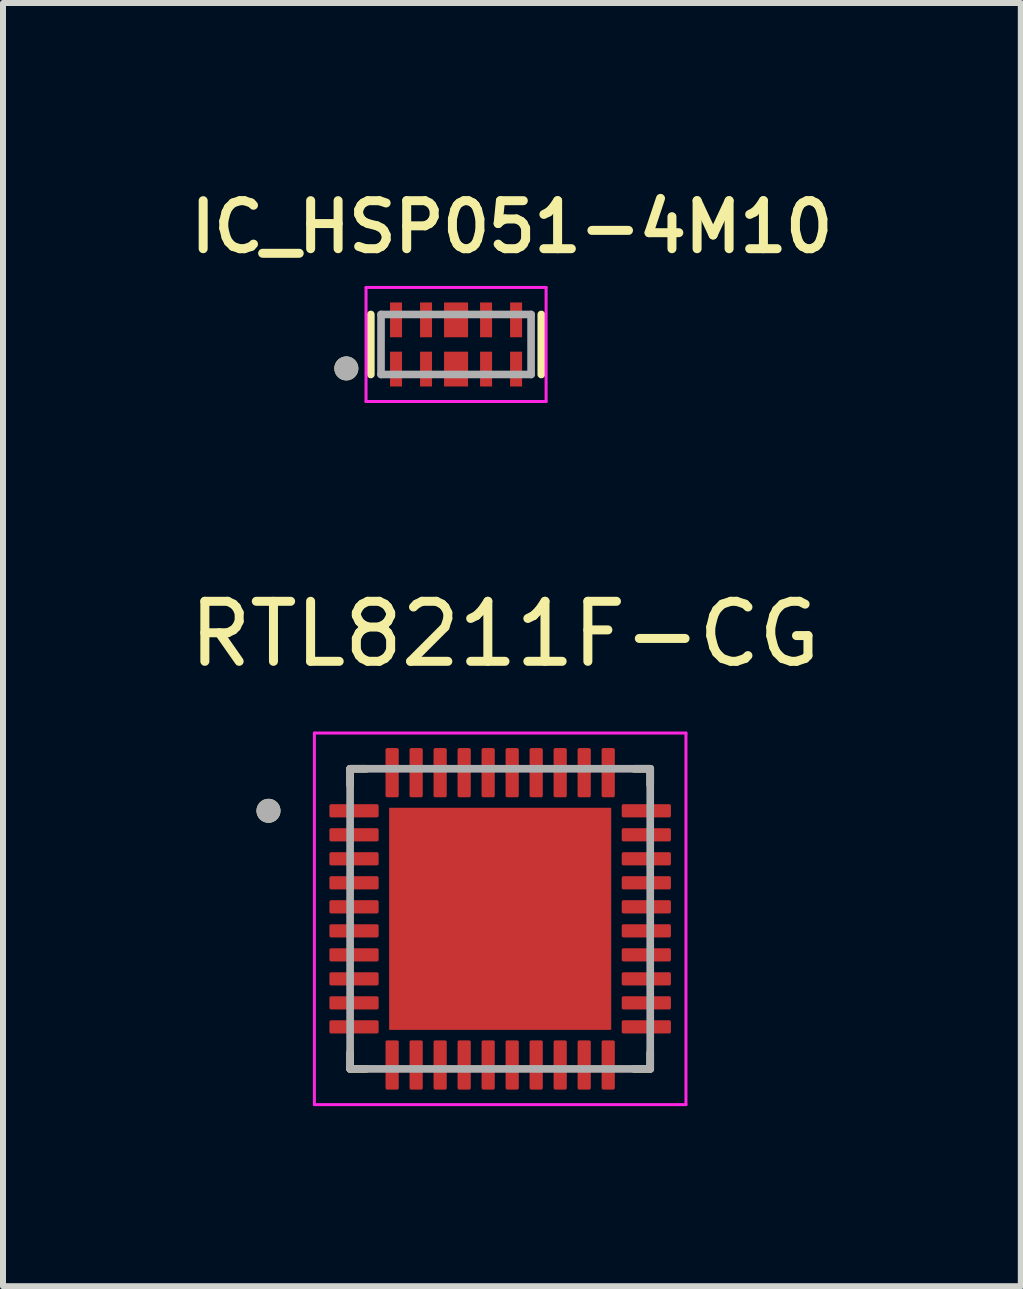
<source format=kicad_pcb>
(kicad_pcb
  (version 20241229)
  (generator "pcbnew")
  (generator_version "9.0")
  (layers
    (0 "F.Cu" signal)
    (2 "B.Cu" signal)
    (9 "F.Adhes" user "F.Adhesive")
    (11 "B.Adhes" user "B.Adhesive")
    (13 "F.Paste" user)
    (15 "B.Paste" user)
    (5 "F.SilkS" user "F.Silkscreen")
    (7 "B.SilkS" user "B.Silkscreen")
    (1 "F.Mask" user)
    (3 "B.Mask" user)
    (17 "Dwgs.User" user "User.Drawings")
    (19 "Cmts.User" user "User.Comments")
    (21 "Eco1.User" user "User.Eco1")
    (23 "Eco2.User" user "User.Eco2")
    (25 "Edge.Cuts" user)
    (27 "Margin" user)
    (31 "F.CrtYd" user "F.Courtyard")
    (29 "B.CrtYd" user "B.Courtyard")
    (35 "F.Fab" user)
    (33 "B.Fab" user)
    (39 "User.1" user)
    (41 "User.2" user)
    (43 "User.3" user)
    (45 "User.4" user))
  (footprint "RTL8211F-CG"
    (layer "F.Cu")
    (at 5.283 12.258)
    (property "Reference" "RTL8211F-CG" (at 0.08 -4.745 0) (layer "F.SilkS") (effects (font (size 1 1) (thickness 0.15))))
    (attr smd)
    (fp_line (start -2.5 -2.5) (end -2.5 -2.23) (stroke (width 0.127) (type solid)) (layer "F.SilkS"))
    (fp_line (start -2.5 2.5) (end -2.5 2.23) (stroke (width 0.127) (type solid)) (layer "F.SilkS"))
    (fp_line (start -2.5 2.5) (end -2.23 2.5) (stroke (width 0.127) (type solid)) (layer "F.SilkS"))
    (fp_line (start -2.23 -2.5) (end -2.5 -2.5) (stroke (width 0.127) (type solid)) (layer "F.SilkS"))
    (fp_line (start 2.23 2.5) (end 2.5 2.5) (stroke (width 0.127) (type solid)) (layer "F.SilkS"))
    (fp_line (start 2.5 -2.5) (end 2.23 -2.5) (stroke (width 0.127) (type solid)) (layer "F.SilkS"))
    (fp_line (start 2.5 -2.23) (end 2.5 -2.5) (stroke (width 0.127) (type solid)) (layer "F.SilkS"))
    (fp_line (start 2.5 2.5) (end 2.5 2.23) (stroke (width 0.127) (type solid)) (layer "F.SilkS"))
    (fp_circle (center -3.86 -1.8) (end -3.76 -1.8) (stroke (width 0.2) (type solid)) (fill no) (layer "F.SilkS"))
    (fp_poly (pts (xy -1.395 -1.395) (xy -0.225 -1.395) (xy -0.225 -0.225) (xy -1.395 -0.225)) (stroke (width 0.01) (type solid)) (fill yes) (layer "F.Paste"))
    (fp_poly (pts (xy -1.395 0.225) (xy -0.225 0.225) (xy -0.225 1.395) (xy -1.395 1.395)) (stroke (width 0.01) (type solid)) (fill yes) (layer "F.Paste"))
    (fp_poly (pts (xy 0.225 -1.395) (xy 1.395 -1.395) (xy 1.395 -0.225) (xy 0.225 -0.225)) (stroke (width 0.01) (type solid)) (fill yes) (layer "F.Paste"))
    (fp_poly (pts (xy 0.225 0.225) (xy 1.395 0.225) (xy 1.395 1.395) (xy 0.225 1.395)) (stroke (width 0.01) (type solid)) (fill yes) (layer "F.Paste"))
    (fp_line (start -3.095 -3.095) (end -3.095 3.095) (stroke (width 0.05) (type solid)) (layer "F.CrtYd"))
    (fp_line (start -3.095 3.095) (end 3.095 3.095) (stroke (width 0.05) (type solid)) (layer "F.CrtYd"))
    (fp_line (start 3.095 -3.095) (end -3.095 -3.095) (stroke (width 0.05) (type solid)) (layer "F.CrtYd"))
    (fp_line (start 3.095 3.095) (end 3.095 -3.095) (stroke (width 0.05) (type solid)) (layer "F.CrtYd"))
    (fp_line (start -2.5 -2.5) (end -2.5 2.5) (stroke (width 0.127) (type solid)) (layer "F.Fab"))
    (fp_line (start -2.5 2.5) (end 2.5 2.5) (stroke (width 0.127) (type solid)) (layer "F.Fab"))
    (fp_line (start 2.5 -2.5) (end -2.5 -2.5) (stroke (width 0.127) (type solid)) (layer "F.Fab"))
    (fp_line (start 2.5 2.5) (end 2.5 -2.5) (stroke (width 0.127) (type solid)) (layer "F.Fab"))
    (fp_circle (center -3.86 -1.8) (end -3.76 -1.8) (stroke (width 0.2) (type solid)) (fill no) (layer "F.Fab"))
    (pad "1" smd roundrect (at -2.435 -1.8) (size 0.82 0.22) (layers "F.Cu" "F.Mask" "F.Paste") (roundrect_rratio 0.125))
    (pad "2" smd roundrect (at -2.435 -1.4) (size 0.82 0.22) (layers "F.Cu" "F.Mask" "F.Paste") (roundrect_rratio 0.125))
    (pad "3" smd roundrect (at -2.435 -1) (size 0.82 0.22) (layers "F.Cu" "F.Mask" "F.Paste") (roundrect_rratio 0.125))
    (pad "4" smd roundrect (at -2.435 -0.6) (size 0.82 0.22) (layers "F.Cu" "F.Mask" "F.Paste") (roundrect_rratio 0.125))
    (pad "5" smd roundrect (at -2.435 -0.2) (size 0.82 0.22) (layers "F.Cu" "F.Mask" "F.Paste") (roundrect_rratio 0.125))
    (pad "6" smd roundrect (at -2.435 0.2) (size 0.82 0.22) (layers "F.Cu" "F.Mask" "F.Paste") (roundrect_rratio 0.125))
    (pad "7" smd roundrect (at -2.435 0.6) (size 0.82 0.22) (layers "F.Cu" "F.Mask" "F.Paste") (roundrect_rratio 0.125))
    (pad "8" smd roundrect (at -2.435 1) (size 0.82 0.22) (layers "F.Cu" "F.Mask" "F.Paste") (roundrect_rratio 0.125))
    (pad "9" smd roundrect (at -2.435 1.4) (size 0.82 0.22) (layers "F.Cu" "F.Mask" "F.Paste") (roundrect_rratio 0.125))
    (pad "10" smd roundrect (at -2.435 1.8) (size 0.82 0.22) (layers "F.Cu" "F.Mask" "F.Paste") (roundrect_rratio 0.125))
    (pad "11" smd roundrect (at -1.8 2.435) (size 0.22 0.82) (layers "F.Cu" "F.Mask" "F.Paste") (roundrect_rratio 0.125))
    (pad "12" smd roundrect (at -1.4 2.435) (size 0.22 0.82) (layers "F.Cu" "F.Mask" "F.Paste") (roundrect_rratio 0.125))
    (pad "13" smd roundrect (at -1 2.435) (size 0.22 0.82) (layers "F.Cu" "F.Mask" "F.Paste") (roundrect_rratio 0.125))
    (pad "14" smd roundrect (at -0.6 2.435) (size 0.22 0.82) (layers "F.Cu" "F.Mask" "F.Paste") (roundrect_rratio 0.125))
    (pad "15" smd roundrect (at -0.2 2.435) (size 0.22 0.82) (layers "F.Cu" "F.Mask" "F.Paste") (roundrect_rratio 0.125))
    (pad "16" smd roundrect (at 0.2 2.435) (size 0.22 0.82) (layers "F.Cu" "F.Mask" "F.Paste") (roundrect_rratio 0.125))
    (pad "17" smd roundrect (at 0.6 2.435) (size 0.22 0.82) (layers "F.Cu" "F.Mask" "F.Paste") (roundrect_rratio 0.125))
    (pad "18" smd roundrect (at 1 2.435) (size 0.22 0.82) (layers "F.Cu" "F.Mask" "F.Paste") (roundrect_rratio 0.125))
    (pad "19" smd roundrect (at 1.4 2.435) (size 0.22 0.82) (layers "F.Cu" "F.Mask" "F.Paste") (roundrect_rratio 0.125))
    (pad "20" smd roundrect (at 1.8 2.435) (size 0.22 0.82) (layers "F.Cu" "F.Mask" "F.Paste") (roundrect_rratio 0.125))
    (pad "21" smd roundrect (at 2.435 1.8) (size 0.82 0.22) (layers "F.Cu" "F.Mask" "F.Paste") (roundrect_rratio 0.125))
    (pad "22" smd roundrect (at 2.435 1.4) (size 0.82 0.22) (layers "F.Cu" "F.Mask" "F.Paste") (roundrect_rratio 0.125))
    (pad "23" smd roundrect (at 2.435 1) (size 0.82 0.22) (layers "F.Cu" "F.Mask" "F.Paste") (roundrect_rratio 0.125))
    (pad "24" smd roundrect (at 2.435 0.6) (size 0.82 0.22) (layers "F.Cu" "F.Mask" "F.Paste") (roundrect_rratio 0.125))
    (pad "25" smd roundrect (at 2.435 0.2) (size 0.82 0.22) (layers "F.Cu" "F.Mask" "F.Paste") (roundrect_rratio 0.125))
    (pad "26" smd roundrect (at 2.435 -0.2) (size 0.82 0.22) (layers "F.Cu" "F.Mask" "F.Paste") (roundrect_rratio 0.125))
    (pad "27" smd roundrect (at 2.435 -0.6) (size 0.82 0.22) (layers "F.Cu" "F.Mask" "F.Paste") (roundrect_rratio 0.125))
    (pad "28" smd roundrect (at 2.435 -1) (size 0.82 0.22) (layers "F.Cu" "F.Mask" "F.Paste") (roundrect_rratio 0.125))
    (pad "29" smd roundrect (at 2.435 -1.4) (size 0.82 0.22) (layers "F.Cu" "F.Mask" "F.Paste") (roundrect_rratio 0.125))
    (pad "30" smd roundrect (at 2.435 -1.8) (size 0.82 0.22) (layers "F.Cu" "F.Mask" "F.Paste") (roundrect_rratio 0.125))
    (pad "31" smd roundrect (at 1.8 -2.435) (size 0.22 0.82) (layers "F.Cu" "F.Mask" "F.Paste") (roundrect_rratio 0.125))
    (pad "32" smd roundrect (at 1.4 -2.435) (size 0.22 0.82) (layers "F.Cu" "F.Mask" "F.Paste") (roundrect_rratio 0.125))
    (pad "33" smd roundrect (at 1 -2.435) (size 0.22 0.82) (layers "F.Cu" "F.Mask" "F.Paste") (roundrect_rratio 0.125))
    (pad "34" smd roundrect (at 0.6 -2.435) (size 0.22 0.82) (layers "F.Cu" "F.Mask" "F.Paste") (roundrect_rratio 0.125))
    (pad "35" smd roundrect (at 0.2 -2.435) (size 0.22 0.82) (layers "F.Cu" "F.Mask" "F.Paste") (roundrect_rratio 0.125))
    (pad "36" smd roundrect (at -0.2 -2.435) (size 0.22 0.82) (layers "F.Cu" "F.Mask" "F.Paste") (roundrect_rratio 0.125))
    (pad "37" smd roundrect (at -0.6 -2.435) (size 0.22 0.82) (layers "F.Cu" "F.Mask" "F.Paste") (roundrect_rratio 0.125))
    (pad "38" smd roundrect (at -1 -2.435) (size 0.22 0.82) (layers "F.Cu" "F.Mask" "F.Paste") (roundrect_rratio 0.125))
    (pad "39" smd roundrect (at -1.4 -2.435) (size 0.22 0.82) (layers "F.Cu" "F.Mask" "F.Paste") (roundrect_rratio 0.125))
    (pad "40" smd roundrect (at -1.8 -2.435) (size 0.22 0.82) (layers "F.Cu" "F.Mask" "F.Paste") (roundrect_rratio 0.125))
    (pad "41" smd rect (at 0 0) (size 3.7 3.7) (layers "F.Cu" "F.Mask")))
  (footprint "IC_HSP051-4M10"
    (layer "F.Cu")
    (at 4.548 2.689)
    (property "Reference" "IC_HSP051-4M10" (at 0.93 -1.958 0) (layer "F.SilkS") (effects (font (size 0.8 0.8) (thickness 0.15))))
    (attr smd)
    (fp_poly (pts (xy -1.15 -0.75) (xy -0.85 -0.75) (xy -0.85 -0.07) (xy -1.15 -0.07)) (stroke (width 0.01) (type solid)) (fill yes) (layer "F.Mask"))
    (fp_poly (pts (xy -1.15 0.07) (xy -0.85 0.07) (xy -0.85 0.75) (xy -1.15 0.75)) (stroke (width 0.01) (type solid)) (fill yes) (layer "F.Mask"))
    (fp_poly (pts (xy -0.65 -0.75) (xy -0.35 -0.75) (xy -0.35 -0.07) (xy -0.65 -0.07)) (stroke (width 0.01) (type solid)) (fill yes) (layer "F.Mask"))
    (fp_poly (pts (xy -0.65 0.07) (xy -0.35 0.07) (xy -0.35 0.75) (xy -0.65 0.75)) (stroke (width 0.01) (type solid)) (fill yes) (layer "F.Mask"))
    (fp_poly (pts (xy -0.25 -0.75) (xy 0.25 -0.75) (xy 0.25 -0.07) (xy -0.25 -0.07)) (stroke (width 0.01) (type solid)) (fill yes) (layer "F.Mask"))
    (fp_poly (pts (xy -0.25 0.07) (xy 0.25 0.07) (xy 0.25 0.75) (xy -0.25 0.75)) (stroke (width 0.01) (type solid)) (fill yes) (layer "F.Mask"))
    (fp_poly (pts (xy 0.35 -0.75) (xy 0.65 -0.75) (xy 0.65 -0.07) (xy 0.35 -0.07)) (stroke (width 0.01) (type solid)) (fill yes) (layer "F.Mask"))
    (fp_poly (pts (xy 0.35 0.07) (xy 0.65 0.07) (xy 0.65 0.75) (xy 0.35 0.75)) (stroke (width 0.01) (type solid)) (fill yes) (layer "F.Mask"))
    (fp_poly (pts (xy 0.85 -0.75) (xy 1.15 -0.75) (xy 1.15 -0.07) (xy 0.85 -0.07)) (stroke (width 0.01) (type solid)) (fill yes) (layer "F.Mask"))
    (fp_poly (pts (xy 0.85 0.07) (xy 1.15 0.07) (xy 1.15 0.75) (xy 0.85 0.75)) (stroke (width 0.01) (type solid)) (fill yes) (layer "F.Mask"))
    (fp_line (start -1.42 -0.5) (end -1.42 0.5) (stroke (width 0.127) (type solid)) (layer "F.SilkS"))
    (fp_line (start 1.42 -0.5) (end 1.42 0.5) (stroke (width 0.127) (type solid)) (layer "F.SilkS"))
    (fp_circle (center -1.828 0.399) (end -1.728 0.399) (stroke (width 0.2) (type solid)) (fill no) (layer "F.SilkS"))
    (fp_poly (pts (xy -1.093 -0.69) (xy -0.907 -0.69) (xy -0.907 -0.13) (xy -1.093 -0.13)) (stroke (width 0.01) (type solid)) (fill yes) (layer "F.Paste"))
    (fp_poly (pts (xy -1.093 0.13) (xy -0.907 0.13) (xy -0.907 0.69) (xy -1.093 0.69)) (stroke (width 0.01) (type solid)) (fill yes) (layer "F.Paste"))
    (fp_poly (pts (xy -0.593 -0.69) (xy -0.407 -0.69) (xy -0.407 -0.13) (xy -0.593 -0.13)) (stroke (width 0.01) (type solid)) (fill yes) (layer "F.Paste"))
    (fp_poly (pts (xy -0.593 0.13) (xy -0.407 0.13) (xy -0.407 0.69) (xy -0.593 0.69)) (stroke (width 0.01) (type solid)) (fill yes) (layer "F.Paste"))
    (fp_poly (pts (xy -0.187 -0.69) (xy 0.187 -0.69) (xy 0.187 -0.13) (xy -0.187 -0.13)) (stroke (width 0.01) (type solid)) (fill yes) (layer "F.Paste"))
    (fp_poly (pts (xy -0.187 0.13) (xy 0.187 0.13) (xy 0.187 0.69) (xy -0.187 0.69)) (stroke (width 0.01) (type solid)) (fill yes) (layer "F.Paste"))
    (fp_poly (pts (xy 0.407 -0.69) (xy 0.593 -0.69) (xy 0.593 -0.13) (xy 0.407 -0.13)) (stroke (width 0.01) (type solid)) (fill yes) (layer "F.Paste"))
    (fp_poly (pts (xy 0.407 0.13) (xy 0.593 0.13) (xy 0.593 0.69) (xy 0.407 0.69)) (stroke (width 0.01) (type solid)) (fill yes) (layer "F.Paste"))
    (fp_poly (pts (xy 0.907 -0.69) (xy 1.093 -0.69) (xy 1.093 -0.13) (xy 0.907 -0.13)) (stroke (width 0.01) (type solid)) (fill yes) (layer "F.Paste"))
    (fp_poly (pts (xy 0.907 0.13) (xy 1.093 0.13) (xy 1.093 0.69) (xy 0.907 0.69)) (stroke (width 0.01) (type solid)) (fill yes) (layer "F.Paste"))
    (fp_line (start -1.5 -0.95) (end 1.5 -0.95) (stroke (width 0.05) (type solid)) (layer "F.CrtYd"))
    (fp_line (start -1.5 0.95) (end -1.5 -0.95) (stroke (width 0.05) (type solid)) (layer "F.CrtYd"))
    (fp_line (start 1.5 -0.95) (end 1.5 0.95) (stroke (width 0.05) (type solid)) (layer "F.CrtYd"))
    (fp_line (start 1.5 0.95) (end -1.5 0.95) (stroke (width 0.05) (type solid)) (layer "F.CrtYd"))
    (fp_line (start -1.25 -0.5) (end 1.25 -0.5) (stroke (width 0.127) (type solid)) (layer "F.Fab"))
    (fp_line (start -1.25 0.5) (end -1.25 -0.5) (stroke (width 0.127) (type solid)) (layer "F.Fab"))
    (fp_line (start 1.25 -0.5) (end 1.25 0.5) (stroke (width 0.127) (type solid)) (layer "F.Fab"))
    (fp_line (start 1.25 0.5) (end -1.25 0.5) (stroke (width 0.127) (type solid)) (layer "F.Fab"))
    (fp_circle (center -1.828 0.399) (end -1.728 0.399) (stroke (width 0.2) (type solid)) (fill no) (layer "F.Fab"))
    (pad "1" smd rect (at -1 0.41) (size 0.2 0.58) (layers "F.Cu"))
    (pad "2" smd rect (at -0.5 0.41) (size 0.2 0.58) (layers "F.Cu"))
    (pad "3" smd rect (at 0 0.41) (size 0.4 0.58) (layers "F.Cu"))
    (pad "4" smd rect (at 0.5 0.41) (size 0.2 0.58) (layers "F.Cu"))
    (pad "5" smd rect (at 1 0.41) (size 0.2 0.58) (layers "F.Cu"))
    (pad "6" smd rect (at 1 -0.41) (size 0.2 0.58) (layers "F.Cu"))
    (pad "7" smd rect (at 0.5 -0.41) (size 0.2 0.58) (layers "F.Cu"))
    (pad "8" smd rect (at 0 -0.41) (size 0.4 0.58) (layers "F.Cu"))
    (pad "9" smd rect (at -0.5 -0.41) (size 0.2 0.58) (layers "F.Cu"))
    (pad "10" smd rect (at -1 -0.41) (size 0.2 0.58) (layers "F.Cu")))
  (gr_rect
    (start -3 -3)
    (end 13.957 18.378)
    (stroke (width 0.1) (type default))
    (fill no)
    (layer "Edge.Cuts")))
</source>
